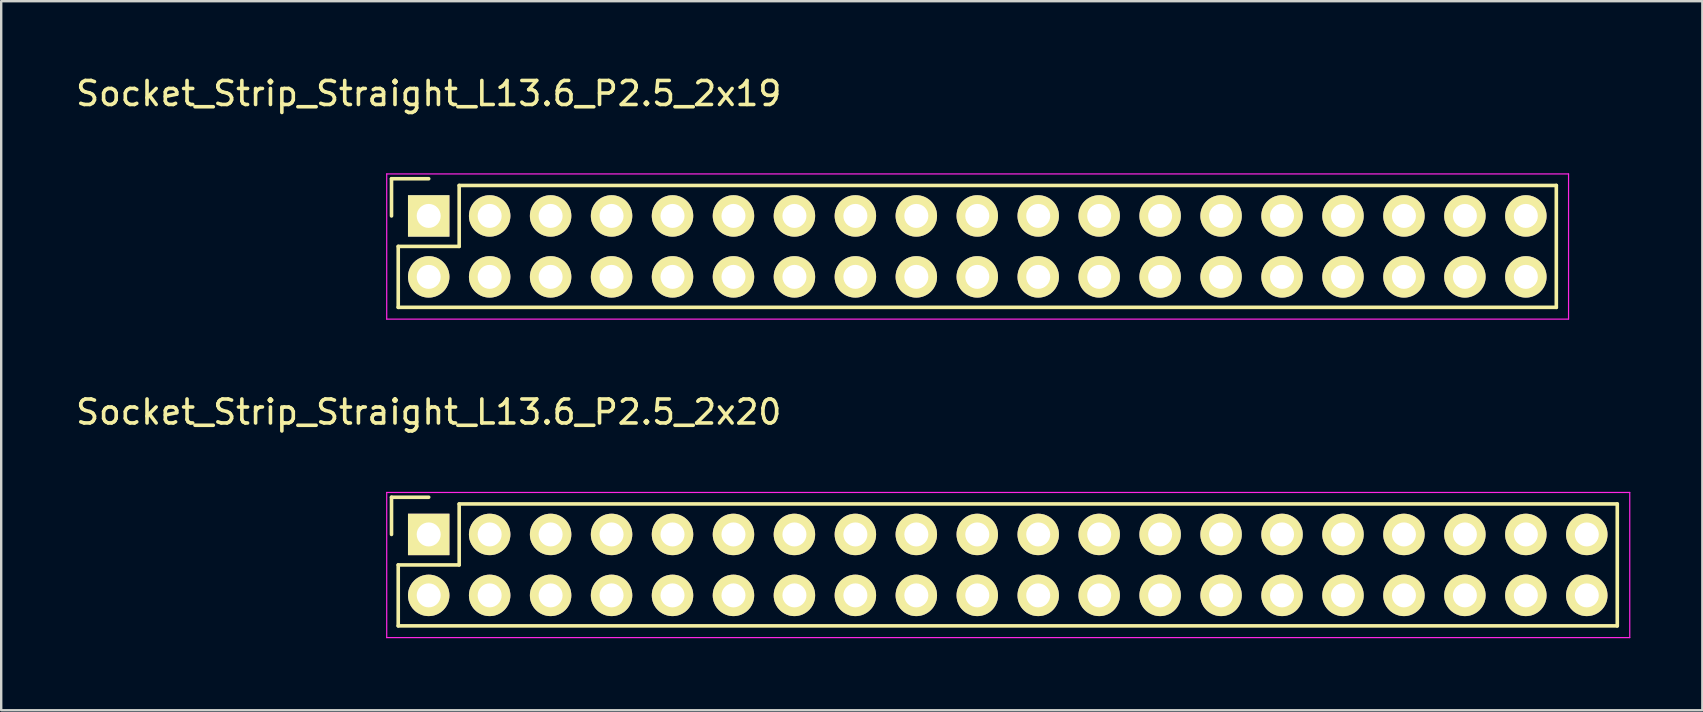
<source format=kicad_pcb>
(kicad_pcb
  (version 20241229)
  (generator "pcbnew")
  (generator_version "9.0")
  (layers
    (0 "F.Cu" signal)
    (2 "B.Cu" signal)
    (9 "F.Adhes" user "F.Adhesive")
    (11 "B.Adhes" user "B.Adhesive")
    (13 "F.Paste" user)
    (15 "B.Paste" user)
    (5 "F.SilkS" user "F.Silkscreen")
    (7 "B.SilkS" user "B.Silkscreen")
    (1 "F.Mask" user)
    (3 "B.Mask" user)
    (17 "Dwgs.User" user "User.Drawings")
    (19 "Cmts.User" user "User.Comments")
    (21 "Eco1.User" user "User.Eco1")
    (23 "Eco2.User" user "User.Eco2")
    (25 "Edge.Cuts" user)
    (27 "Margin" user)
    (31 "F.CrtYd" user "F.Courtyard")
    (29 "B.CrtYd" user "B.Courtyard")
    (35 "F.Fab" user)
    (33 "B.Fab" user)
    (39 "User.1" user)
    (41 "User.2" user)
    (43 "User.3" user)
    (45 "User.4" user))
  (footprint "Socket_Strip_Straight_L13.6_P2.5_2x19"
    (layer "F.Cu")
    (at 14.815 5.948)
    (property "Reference" "Socket_Strip_Straight_L13.6_P2.5_2x19" (at 0 -5.1 0) (layer "F.SilkS") (effects (font (size 1 1) (thickness 0.15))))
    (attr through_hole)
    (fp_line (start -1.55 -1.55) (end -1.55 0) (stroke (width 0.15) (type solid)) (layer "F.SilkS"))
    (fp_line (start -1.27 1.27) (end 1.27 1.27) (stroke (width 0.15) (type solid)) (layer "F.SilkS"))
    (fp_line (start -1.27 3.81) (end -1.27 1.27) (stroke (width 0.15) (type solid)) (layer "F.SilkS"))
    (fp_line (start -1.27 3.81) (end 46.99 3.81) (stroke (width 0.15) (type solid)) (layer "F.SilkS"))
    (fp_line (start 0 -1.55) (end -1.55 -1.55) (stroke (width 0.15) (type solid)) (layer "F.SilkS"))
    (fp_line (start 1.27 1.27) (end 1.27 -1.27) (stroke (width 0.15) (type solid)) (layer "F.SilkS"))
    (fp_line (start 46.99 -1.27) (end 1.27 -1.27) (stroke (width 0.15) (type solid)) (layer "F.SilkS"))
    (fp_line (start 46.99 3.81) (end 46.99 -1.27) (stroke (width 0.15) (type solid)) (layer "F.SilkS"))
    (fp_line (start -1.75 -1.75) (end -1.75 4.3) (stroke (width 0.05) (type solid)) (layer "F.CrtYd"))
    (fp_line (start -1.75 -1.75) (end 47.5 -1.75) (stroke (width 0.05) (type solid)) (layer "F.CrtYd"))
    (fp_line (start -1.75 4.3) (end 47.5 4.3) (stroke (width 0.05) (type solid)) (layer "F.CrtYd"))
    (fp_line (start 47.5 -1.75) (end 47.5 4.3) (stroke (width 0.05) (type solid)) (layer "F.CrtYd"))
    (pad "1" thru_hole rect (at 0 0) (size 1.727 1.727) (drill 1) (layers "*.Cu" "*.Mask" "F.SilkS"))
    (pad "2" thru_hole oval (at 0 2.54) (size 1.727 1.727) (drill 1) (layers "*.Cu" "*.Mask" "F.SilkS"))
    (pad "3" thru_hole oval (at 2.54 0) (size 1.727 1.727) (drill 1) (layers "*.Cu" "*.Mask" "F.SilkS"))
    (pad "4" thru_hole oval (at 2.54 2.54) (size 1.727 1.727) (drill 1) (layers "*.Cu" "*.Mask" "F.SilkS"))
    (pad "5" thru_hole oval (at 5.08 0) (size 1.727 1.727) (drill 1) (layers "*.Cu" "*.Mask" "F.SilkS"))
    (pad "6" thru_hole oval (at 5.08 2.54) (size 1.727 1.727) (drill 1) (layers "*.Cu" "*.Mask" "F.SilkS"))
    (pad "7" thru_hole oval (at 7.62 0) (size 1.727 1.727) (drill 1) (layers "*.Cu" "*.Mask" "F.SilkS"))
    (pad "8" thru_hole oval (at 7.62 2.54) (size 1.727 1.727) (drill 1) (layers "*.Cu" "*.Mask" "F.SilkS"))
    (pad "9" thru_hole oval (at 10.16 0) (size 1.727 1.727) (drill 1) (layers "*.Cu" "*.Mask" "F.SilkS"))
    (pad "10" thru_hole oval (at 10.16 2.54) (size 1.727 1.727) (drill 1) (layers "*.Cu" "*.Mask" "F.SilkS"))
    (pad "11" thru_hole oval (at 12.7 0) (size 1.727 1.727) (drill 1) (layers "*.Cu" "*.Mask" "F.SilkS"))
    (pad "12" thru_hole oval (at 12.7 2.54) (size 1.727 1.727) (drill 1) (layers "*.Cu" "*.Mask" "F.SilkS"))
    (pad "13" thru_hole oval (at 15.24 0) (size 1.727 1.727) (drill 1) (layers "*.Cu" "*.Mask" "F.SilkS"))
    (pad "14" thru_hole oval (at 15.24 2.54) (size 1.727 1.727) (drill 1) (layers "*.Cu" "*.Mask" "F.SilkS"))
    (pad "15" thru_hole oval (at 17.78 0) (size 1.727 1.727) (drill 1) (layers "*.Cu" "*.Mask" "F.SilkS"))
    (pad "16" thru_hole oval (at 17.78 2.54) (size 1.727 1.727) (drill 1) (layers "*.Cu" "*.Mask" "F.SilkS"))
    (pad "17" thru_hole oval (at 20.32 0) (size 1.727 1.727) (drill 1) (layers "*.Cu" "*.Mask" "F.SilkS"))
    (pad "18" thru_hole oval (at 20.32 2.54) (size 1.727 1.727) (drill 1) (layers "*.Cu" "*.Mask" "F.SilkS"))
    (pad "19" thru_hole oval (at 22.86 0) (size 1.727 1.727) (drill 1) (layers "*.Cu" "*.Mask" "F.SilkS"))
    (pad "20" thru_hole oval (at 22.86 2.54) (size 1.727 1.727) (drill 1) (layers "*.Cu" "*.Mask" "F.SilkS"))
    (pad "21" thru_hole oval (at 25.4 0) (size 1.727 1.727) (drill 1) (layers "*.Cu" "*.Mask" "F.SilkS"))
    (pad "22" thru_hole oval (at 25.4 2.54) (size 1.727 1.727) (drill 1) (layers "*.Cu" "*.Mask" "F.SilkS"))
    (pad "23" thru_hole oval (at 27.94 0) (size 1.727 1.727) (drill 1) (layers "*.Cu" "*.Mask" "F.SilkS"))
    (pad "24" thru_hole oval (at 27.94 2.54) (size 1.727 1.727) (drill 1) (layers "*.Cu" "*.Mask" "F.SilkS"))
    (pad "25" thru_hole oval (at 30.48 0) (size 1.727 1.727) (drill 1) (layers "*.Cu" "*.Mask" "F.SilkS"))
    (pad "26" thru_hole oval (at 30.48 2.54) (size 1.727 1.727) (drill 1) (layers "*.Cu" "*.Mask" "F.SilkS"))
    (pad "27" thru_hole oval (at 33.02 0) (size 1.727 1.727) (drill 1) (layers "*.Cu" "*.Mask" "F.SilkS"))
    (pad "28" thru_hole oval (at 33.02 2.54) (size 1.727 1.727) (drill 1) (layers "*.Cu" "*.Mask" "F.SilkS"))
    (pad "29" thru_hole oval (at 35.56 0) (size 1.727 1.727) (drill 1) (layers "*.Cu" "*.Mask" "F.SilkS"))
    (pad "30" thru_hole oval (at 35.56 2.54) (size 1.727 1.727) (drill 1) (layers "*.Cu" "*.Mask" "F.SilkS"))
    (pad "31" thru_hole oval (at 38.1 0) (size 1.727 1.727) (drill 1) (layers "*.Cu" "*.Mask" "F.SilkS"))
    (pad "32" thru_hole oval (at 38.1 2.54) (size 1.727 1.727) (drill 1) (layers "*.Cu" "*.Mask" "F.SilkS"))
    (pad "33" thru_hole oval (at 40.64 0) (size 1.727 1.727) (drill 1) (layers "*.Cu" "*.Mask" "F.SilkS"))
    (pad "34" thru_hole oval (at 40.64 2.54) (size 1.727 1.727) (drill 1) (layers "*.Cu" "*.Mask" "F.SilkS"))
    (pad "35" thru_hole oval (at 43.18 0) (size 1.727 1.727) (drill 1) (layers "*.Cu" "*.Mask" "F.SilkS"))
    (pad "36" thru_hole oval (at 43.18 2.54) (size 1.727 1.727) (drill 1) (layers "*.Cu" "*.Mask" "F.SilkS"))
    (pad "37" thru_hole oval (at 45.72 0) (size 1.727 1.727) (drill 1) (layers "*.Cu" "*.Mask" "F.SilkS"))
    (pad "38" thru_hole oval (at 45.72 2.54) (size 1.727 1.727) (drill 1) (layers "*.Cu" "*.Mask" "F.SilkS")))
  (footprint "Socket_Strip_Straight_L13.6_P2.5_2x20"
    (layer "F.Cu")
    (at 14.815 19.221)
    (property "Reference" "Socket_Strip_Straight_L13.6_P2.5_2x20" (at 0 -5.1 0) (layer "F.SilkS") (effects (font (size 1 1) (thickness 0.15))))
    (attr through_hole)
    (fp_line (start -1.55 -1.55) (end -1.55 0) (stroke (width 0.15) (type solid)) (layer "F.SilkS"))
    (fp_line (start -1.27 1.27) (end 1.27 1.27) (stroke (width 0.15) (type solid)) (layer "F.SilkS"))
    (fp_line (start -1.27 3.81) (end -1.27 1.27) (stroke (width 0.15) (type solid)) (layer "F.SilkS"))
    (fp_line (start 0 -1.55) (end -1.55 -1.55) (stroke (width 0.15) (type solid)) (layer "F.SilkS"))
    (fp_line (start 1.27 -1.27) (end 49.53 -1.27) (stroke (width 0.15) (type solid)) (layer "F.SilkS"))
    (fp_line (start 1.27 1.27) (end 1.27 -1.27) (stroke (width 0.15) (type solid)) (layer "F.SilkS"))
    (fp_line (start 49.53 3.81) (end -1.27 3.81) (stroke (width 0.15) (type solid)) (layer "F.SilkS"))
    (fp_line (start 49.53 3.81) (end 49.53 -1.27) (stroke (width 0.15) (type solid)) (layer "F.SilkS"))
    (fp_line (start -1.75 -1.75) (end -1.75 4.3) (stroke (width 0.05) (type solid)) (layer "F.CrtYd"))
    (fp_line (start -1.75 -1.75) (end 50.05 -1.75) (stroke (width 0.05) (type solid)) (layer "F.CrtYd"))
    (fp_line (start -1.75 4.3) (end 50.05 4.3) (stroke (width 0.05) (type solid)) (layer "F.CrtYd"))
    (fp_line (start 50.05 -1.75) (end 50.05 4.3) (stroke (width 0.05) (type solid)) (layer "F.CrtYd"))
    (pad "1" thru_hole rect (at 0 0) (size 1.727 1.727) (drill 1) (layers "*.Cu" "*.Mask" "F.SilkS"))
    (pad "2" thru_hole oval (at 0 2.54) (size 1.727 1.727) (drill 1) (layers "*.Cu" "*.Mask" "F.SilkS"))
    (pad "3" thru_hole oval (at 2.54 0) (size 1.727 1.727) (drill 1) (layers "*.Cu" "*.Mask" "F.SilkS"))
    (pad "4" thru_hole oval (at 2.54 2.54) (size 1.727 1.727) (drill 1) (layers "*.Cu" "*.Mask" "F.SilkS"))
    (pad "5" thru_hole oval (at 5.08 0) (size 1.727 1.727) (drill 1) (layers "*.Cu" "*.Mask" "F.SilkS"))
    (pad "6" thru_hole oval (at 5.08 2.54) (size 1.727 1.727) (drill 1) (layers "*.Cu" "*.Mask" "F.SilkS"))
    (pad "7" thru_hole oval (at 7.62 0) (size 1.727 1.727) (drill 1) (layers "*.Cu" "*.Mask" "F.SilkS"))
    (pad "8" thru_hole oval (at 7.62 2.54) (size 1.727 1.727) (drill 1) (layers "*.Cu" "*.Mask" "F.SilkS"))
    (pad "9" thru_hole oval (at 10.16 0) (size 1.727 1.727) (drill 1) (layers "*.Cu" "*.Mask" "F.SilkS"))
    (pad "10" thru_hole oval (at 10.16 2.54) (size 1.727 1.727) (drill 1) (layers "*.Cu" "*.Mask" "F.SilkS"))
    (pad "11" thru_hole oval (at 12.7 0) (size 1.727 1.727) (drill 1) (layers "*.Cu" "*.Mask" "F.SilkS"))
    (pad "12" thru_hole oval (at 12.7 2.54) (size 1.727 1.727) (drill 1) (layers "*.Cu" "*.Mask" "F.SilkS"))
    (pad "13" thru_hole oval (at 15.24 0) (size 1.727 1.727) (drill 1) (layers "*.Cu" "*.Mask" "F.SilkS"))
    (pad "14" thru_hole oval (at 15.24 2.54) (size 1.727 1.727) (drill 1) (layers "*.Cu" "*.Mask" "F.SilkS"))
    (pad "15" thru_hole oval (at 17.78 0) (size 1.727 1.727) (drill 1) (layers "*.Cu" "*.Mask" "F.SilkS"))
    (pad "16" thru_hole oval (at 17.78 2.54) (size 1.727 1.727) (drill 1) (layers "*.Cu" "*.Mask" "F.SilkS"))
    (pad "17" thru_hole oval (at 20.32 0) (size 1.727 1.727) (drill 1) (layers "*.Cu" "*.Mask" "F.SilkS"))
    (pad "18" thru_hole oval (at 20.32 2.54) (size 1.727 1.727) (drill 1) (layers "*.Cu" "*.Mask" "F.SilkS"))
    (pad "19" thru_hole oval (at 22.86 0) (size 1.727 1.727) (drill 1) (layers "*.Cu" "*.Mask" "F.SilkS"))
    (pad "20" thru_hole oval (at 22.86 2.54) (size 1.727 1.727) (drill 1) (layers "*.Cu" "*.Mask" "F.SilkS"))
    (pad "21" thru_hole oval (at 25.4 0) (size 1.727 1.727) (drill 1) (layers "*.Cu" "*.Mask" "F.SilkS"))
    (pad "22" thru_hole oval (at 25.4 2.54) (size 1.727 1.727) (drill 1) (layers "*.Cu" "*.Mask" "F.SilkS"))
    (pad "23" thru_hole oval (at 27.94 0) (size 1.727 1.727) (drill 1) (layers "*.Cu" "*.Mask" "F.SilkS"))
    (pad "24" thru_hole oval (at 27.94 2.54) (size 1.727 1.727) (drill 1) (layers "*.Cu" "*.Mask" "F.SilkS"))
    (pad "25" thru_hole oval (at 30.48 0) (size 1.727 1.727) (drill 1) (layers "*.Cu" "*.Mask" "F.SilkS"))
    (pad "26" thru_hole oval (at 30.48 2.54) (size 1.727 1.727) (drill 1) (layers "*.Cu" "*.Mask" "F.SilkS"))
    (pad "27" thru_hole oval (at 33.02 0) (size 1.727 1.727) (drill 1) (layers "*.Cu" "*.Mask" "F.SilkS"))
    (pad "28" thru_hole oval (at 33.02 2.54) (size 1.727 1.727) (drill 1) (layers "*.Cu" "*.Mask" "F.SilkS"))
    (pad "29" thru_hole oval (at 35.56 0) (size 1.727 1.727) (drill 1) (layers "*.Cu" "*.Mask" "F.SilkS"))
    (pad "30" thru_hole oval (at 35.56 2.54) (size 1.727 1.727) (drill 1) (layers "*.Cu" "*.Mask" "F.SilkS"))
    (pad "31" thru_hole oval (at 38.1 0) (size 1.727 1.727) (drill 1) (layers "*.Cu" "*.Mask" "F.SilkS"))
    (pad "32" thru_hole oval (at 38.1 2.54) (size 1.727 1.727) (drill 1) (layers "*.Cu" "*.Mask" "F.SilkS"))
    (pad "33" thru_hole oval (at 40.64 0) (size 1.727 1.727) (drill 1) (layers "*.Cu" "*.Mask" "F.SilkS"))
    (pad "34" thru_hole oval (at 40.64 2.54) (size 1.727 1.727) (drill 1) (layers "*.Cu" "*.Mask" "F.SilkS"))
    (pad "35" thru_hole oval (at 43.18 0) (size 1.727 1.727) (drill 1) (layers "*.Cu" "*.Mask" "F.SilkS"))
    (pad "36" thru_hole oval (at 43.18 2.54) (size 1.727 1.727) (drill 1) (layers "*.Cu" "*.Mask" "F.SilkS"))
    (pad "37" thru_hole oval (at 45.72 0) (size 1.727 1.727) (drill 1) (layers "*.Cu" "*.Mask" "F.SilkS"))
    (pad "38" thru_hole oval (at 45.72 2.54) (size 1.727 1.727) (drill 1) (layers "*.Cu" "*.Mask" "F.SilkS"))
    (pad "39" thru_hole oval (at 48.26 0) (size 1.727 1.727) (drill 1) (layers "*.Cu" "*.Mask" "F.SilkS"))
    (pad "40" thru_hole oval (at 48.26 2.54) (size 1.727 1.727) (drill 1) (layers "*.Cu" "*.Mask" "F.SilkS")))
  (gr_rect
    (start -3 -3)
    (end 67.89 26.547)
    (stroke (width 0.1) (type default))
    (fill no)
    (layer "Edge.Cuts")))
</source>
